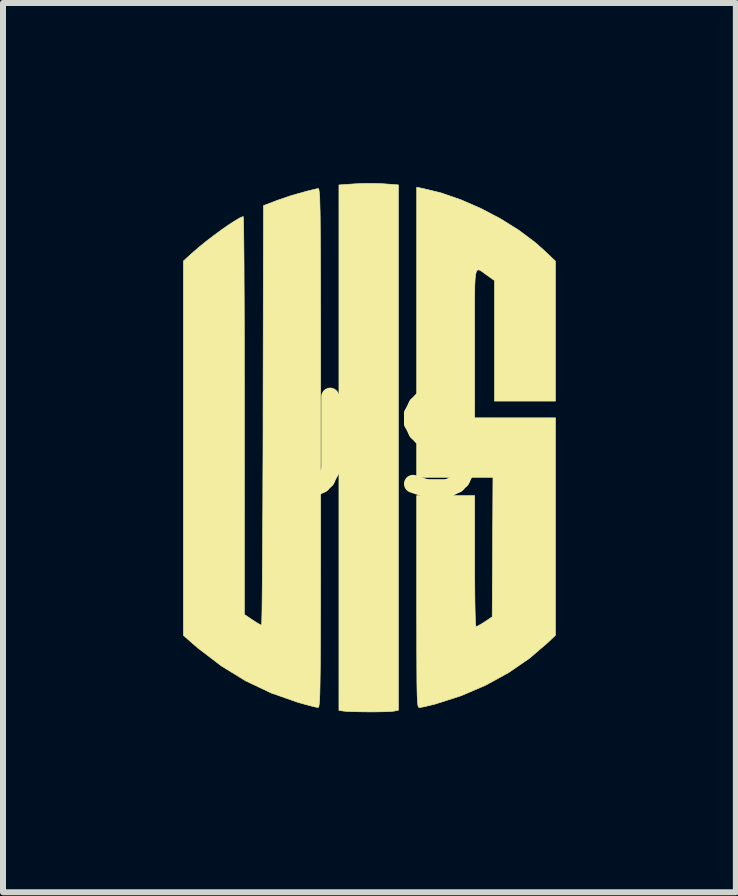
<source format=kicad_pcb>
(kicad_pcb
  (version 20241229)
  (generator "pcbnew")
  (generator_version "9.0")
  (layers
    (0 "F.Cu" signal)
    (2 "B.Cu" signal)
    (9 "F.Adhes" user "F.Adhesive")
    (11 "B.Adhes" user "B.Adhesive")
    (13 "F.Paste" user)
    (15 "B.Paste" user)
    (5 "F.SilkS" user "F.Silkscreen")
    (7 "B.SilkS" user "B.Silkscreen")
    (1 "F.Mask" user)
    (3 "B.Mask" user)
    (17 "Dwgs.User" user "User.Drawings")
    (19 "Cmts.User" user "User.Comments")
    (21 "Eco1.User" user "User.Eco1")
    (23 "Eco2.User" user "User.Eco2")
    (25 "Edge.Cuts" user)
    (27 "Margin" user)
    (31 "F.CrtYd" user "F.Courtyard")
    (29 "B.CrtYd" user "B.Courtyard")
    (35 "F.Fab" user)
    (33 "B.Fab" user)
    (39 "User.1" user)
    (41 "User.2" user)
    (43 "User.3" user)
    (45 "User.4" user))
  (footprint "UIS"
    (layer "F.Cu")
    (at 3.104 4.393)
    (property "Reference" "UIS" (at 0 0 0) (layer "F.SilkS") (effects (font (size 1.524 1.524) (thickness 0.3))))
    (attr through_hole)
    (fp_poly (pts (xy 0.206 -4.383) (xy 0.244 -4.381) (xy 0.483 -4.363) (xy 0.483 4.388) (xy 0.403 4.404) (xy 0.348 4.409) (xy 0.255 4.413) (xy 0.135 4.415) (xy 0.001 4.416) (xy -0.135 4.414) (xy -0.261 4.412) (xy -0.365 4.408) (xy -0.434 4.402) (xy -0.438 4.401) (xy -0.508 4.391) (xy -0.508 -4.362) (xy -0.252 -4.38) (xy -0.106 -4.387) (xy 0.057 -4.388) (xy 0.206 -4.383)) (stroke (width 0.01) (type solid)) (fill yes) (layer "F.SilkS"))
    (fp_poly (pts (xy 0.88 -4.306) (xy 1.196 -4.229) (xy 1.527 -4.114) (xy 1.86 -3.969) (xy 2.183 -3.799) (xy 2.486 -3.61) (xy 2.757 -3.407) (xy 2.901 -3.28) (xy 3.099 -3.092) (xy 3.099 -0.762) (xy 2.083 -0.762) (xy 2.083 -2.77) (xy 1.967 -2.852) (xy 1.918 -2.888) (xy 1.877 -2.918) (xy 1.844 -2.94) (xy 1.817 -2.949) (xy 1.796 -2.942) (xy 1.78 -2.915) (xy 1.768 -2.864) (xy 1.76 -2.787) (xy 1.755 -2.678) (xy 1.753 -2.535) (xy 1.752 -2.354) (xy 1.752 -2.131) (xy 1.753 -1.862) (xy 1.753 -1.726) (xy 1.753 -0.483) (xy 3.099 -0.483) (xy 3.099 3.139) (xy 2.978 3.255) (xy 2.666 3.523) (xy 2.315 3.764) (xy 1.933 3.973) (xy 1.527 4.147) (xy 1.106 4.282) (xy 1 4.309) (xy 0.91 4.33) (xy 0.848 4.342) (xy 0.832 4.343) (xy 0.823 4.341) (xy 0.816 4.332) (xy 0.809 4.313) (xy 0.804 4.28) (xy 0.8 4.23) (xy 0.796 4.158) (xy 0.793 4.063) (xy 0.791 3.94) (xy 0.79 3.786) (xy 0.789 3.597) (xy 0.788 3.369) (xy 0.788 3.1) (xy 0.787 2.786) (xy 0.787 2.578) (xy 0.787 0.813) (xy 1.753 0.813) (xy 1.753 1.905) (xy 1.753 2.144) (xy 1.755 2.364) (xy 1.757 2.558) (xy 1.76 2.723) (xy 1.764 2.853) (xy 1.768 2.944) (xy 1.773 2.991) (xy 1.775 2.997) (xy 1.807 2.984) (xy 1.866 2.95) (xy 1.921 2.915) (xy 2.045 2.832) (xy 2.058 0.508) (xy 0.787 0.508) (xy 0.787 -4.324) (xy 0.88 -4.306)) (stroke (width 0.01) (type solid)) (fill yes) (layer "F.SilkS"))
    (fp_poly (pts (xy -0.852 -4.303) (xy -0.846 -4.297) (xy -0.842 -4.284) (xy -0.838 -4.261) (xy -0.834 -4.226) (xy -0.83 -4.177) (xy -0.827 -4.112) (xy -0.825 -4.028) (xy -0.822 -3.923) (xy -0.82 -3.796) (xy -0.819 -3.643) (xy -0.817 -3.462) (xy -0.816 -3.252) (xy -0.815 -3.01) (xy -0.814 -2.733) (xy -0.814 -2.42) (xy -0.813 -2.068) (xy -0.813 -1.676) (xy -0.813 -1.24) (xy -0.813 -0.759) (xy -0.813 -0.231) (xy -0.813 0.015) (xy -0.813 0.565) (xy -0.813 1.067) (xy -0.813 1.522) (xy -0.813 1.933) (xy -0.814 2.302) (xy -0.814 2.632) (xy -0.815 2.924) (xy -0.816 3.181) (xy -0.817 3.406) (xy -0.818 3.599) (xy -0.82 3.764) (xy -0.822 3.903) (xy -0.824 4.018) (xy -0.826 4.111) (xy -0.829 4.185) (xy -0.832 4.241) (xy -0.836 4.282) (xy -0.84 4.311) (xy -0.844 4.329) (xy -0.849 4.338) (xy -0.855 4.342) (xy -0.857 4.342) (xy -0.898 4.335) (xy -0.976 4.316) (xy -1.08 4.288) (xy -1.194 4.256) (xy -1.639 4.1) (xy -2.064 3.898) (xy -2.469 3.649) (xy -2.856 3.353) (xy -2.94 3.281) (xy -3.099 3.141) (xy -3.099 0.023) (xy -3.099 -3.095) (xy -2.94 -3.239) (xy -2.838 -3.327) (xy -2.72 -3.423) (xy -2.594 -3.519) (xy -2.468 -3.612) (xy -2.349 -3.695) (xy -2.244 -3.763) (xy -2.162 -3.812) (xy -2.109 -3.834) (xy -2.101 -3.835) (xy -2.099 -3.81) (xy -2.097 -3.738) (xy -2.095 -3.62) (xy -2.093 -3.461) (xy -2.091 -3.262) (xy -2.089 -3.028) (xy -2.088 -2.761) (xy -2.086 -2.464) (xy -2.085 -2.14) (xy -2.084 -1.792) (xy -2.084 -1.422) (xy -2.083 -1.035) (xy -2.083 -0.633) (xy -2.083 -0.521) (xy -2.083 2.793) (xy -1.95 2.882) (xy -1.878 2.929) (xy -1.822 2.961) (xy -1.797 2.972) (xy -1.795 2.947) (xy -1.793 2.874) (xy -1.79 2.756) (xy -1.788 2.596) (xy -1.786 2.397) (xy -1.784 2.162) (xy -1.782 1.893) (xy -1.78 1.594) (xy -1.778 1.267) (xy -1.776 0.915) (xy -1.775 0.541) (xy -1.773 0.149) (xy -1.772 -0.259) (xy -1.772 -0.523) (xy -1.765 -4.018) (xy -1.537 -4.105) (xy -1.303 -4.185) (xy -1.04 -4.259) (xy -0.857 -4.303) (xy -0.852 -4.303)) (stroke (width 0.01) (type solid)) (fill yes) (layer "F.SilkS")))
  (gr_rect
    (start -3 -3)
    (end 9.208 11.813)
    (stroke (width 0.1) (type default))
    (fill no)
    (layer "Edge.Cuts")))
</source>
